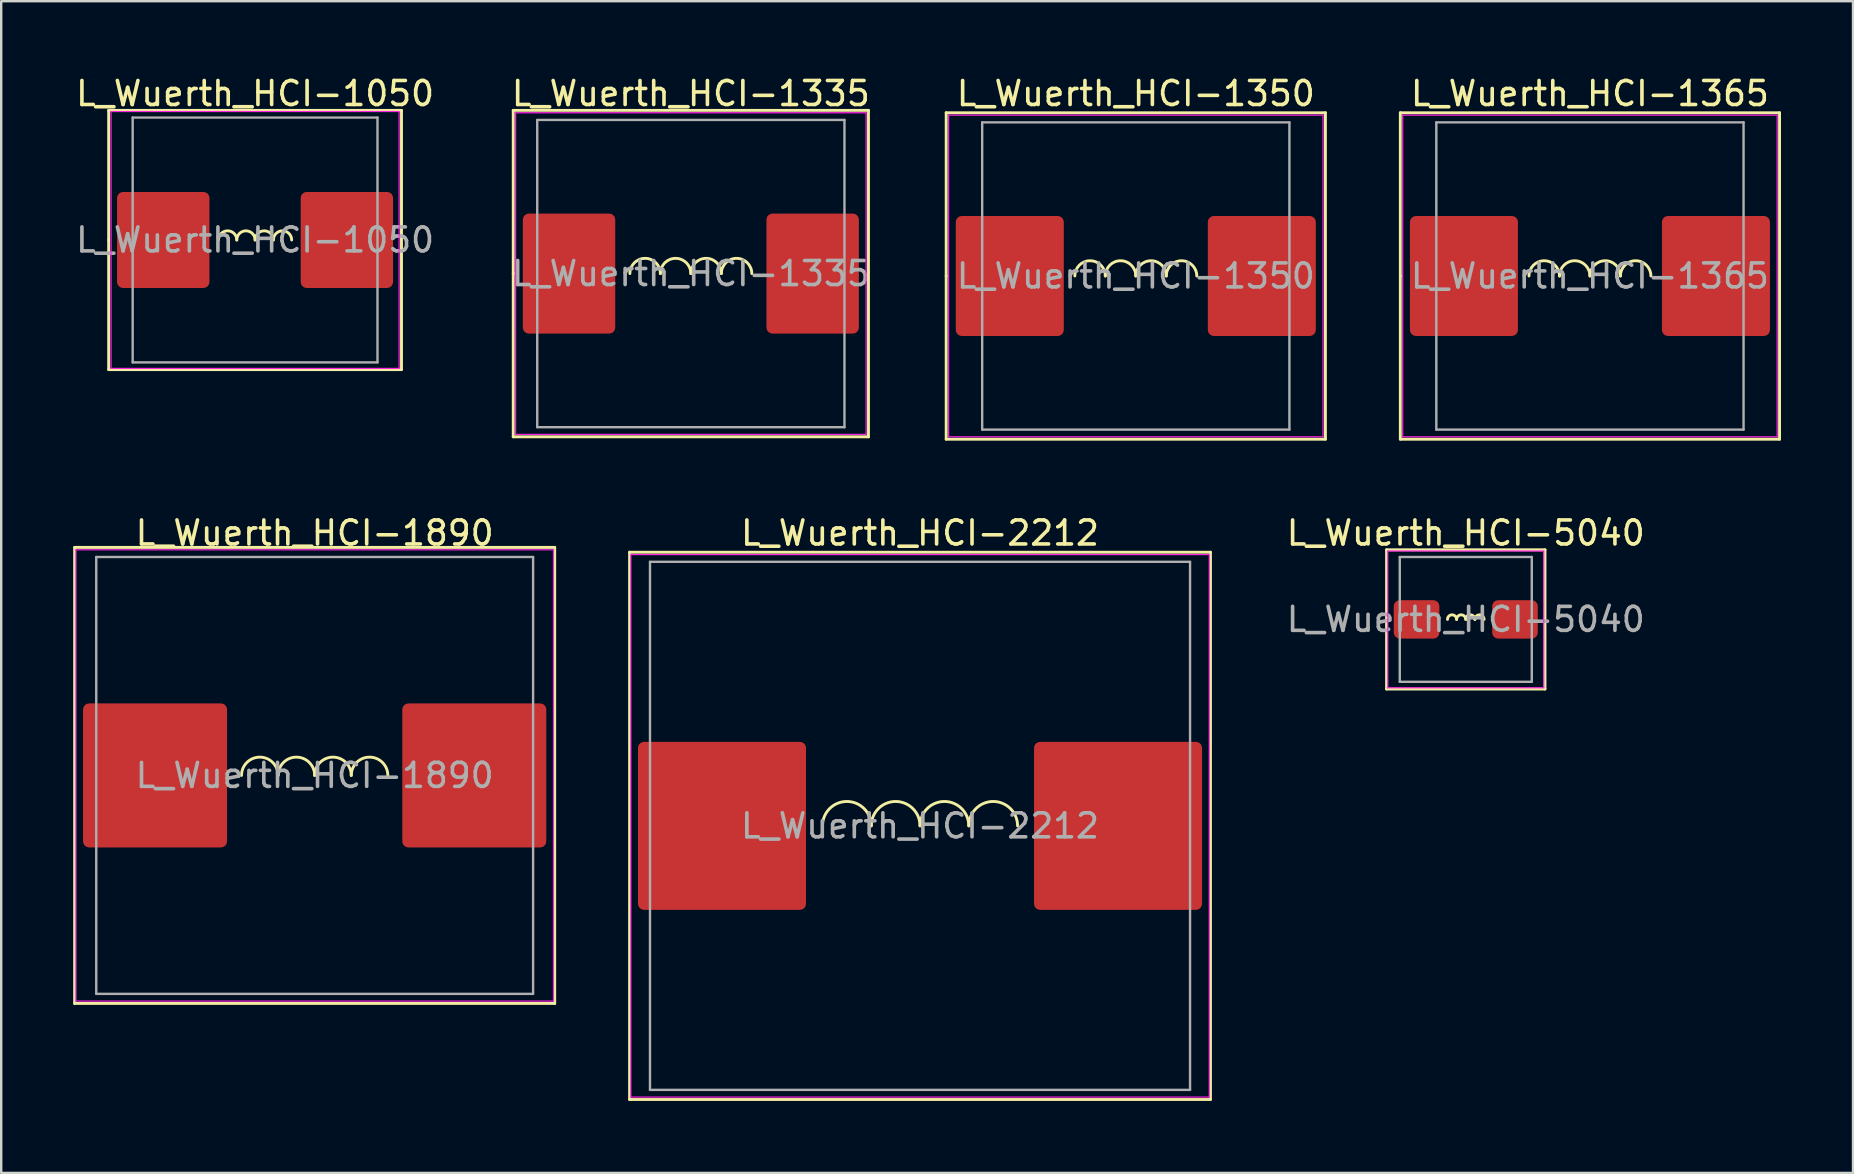
<source format=kicad_pcb>
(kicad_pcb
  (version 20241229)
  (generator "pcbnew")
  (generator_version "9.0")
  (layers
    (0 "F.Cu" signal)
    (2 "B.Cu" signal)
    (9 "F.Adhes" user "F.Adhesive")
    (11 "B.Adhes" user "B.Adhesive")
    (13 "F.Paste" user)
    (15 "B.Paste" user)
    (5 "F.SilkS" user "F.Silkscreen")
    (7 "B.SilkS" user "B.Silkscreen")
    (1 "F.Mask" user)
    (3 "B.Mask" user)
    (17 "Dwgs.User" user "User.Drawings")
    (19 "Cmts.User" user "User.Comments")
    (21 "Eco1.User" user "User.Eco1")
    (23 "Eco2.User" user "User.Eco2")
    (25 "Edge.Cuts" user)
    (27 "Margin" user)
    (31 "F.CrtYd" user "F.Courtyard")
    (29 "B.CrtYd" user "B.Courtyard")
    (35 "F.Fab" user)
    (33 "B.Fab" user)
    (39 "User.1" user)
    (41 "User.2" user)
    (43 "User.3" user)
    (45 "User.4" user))
  (footprint "L_Wuerth_HCI-1365"
    (layer "F.Cu")
    (at 63.19 8.448)
    (property "Reference" "L_Wuerth_HCI-1365" (at 0 -7.6 0) (layer "F.SilkS") (effects (font (size 1 1) (thickness 0.15))))
    (attr smd)
    (fp_line (start -7.9 -6.8) (end 7.9 -6.8) (stroke (width 0.12) (type solid)) (layer "F.SilkS"))
    (fp_line (start -7.9 0) (end -7.9 -6.8) (stroke (width 0.12) (type solid)) (layer "F.SilkS"))
    (fp_line (start -7.9 6.8) (end -7.9 0) (stroke (width 0.12) (type solid)) (layer "F.SilkS"))
    (fp_line (start 7.9 -6.8) (end 7.9 6.8) (stroke (width 0.12) (type solid)) (layer "F.SilkS"))
    (fp_line (start 7.9 6.8) (end -7.9 6.8) (stroke (width 0.12) (type solid)) (layer "F.SilkS"))
    (fp_arc (start -2.54 0) (mid -1.905 -0.635) (end -1.27 0) (stroke (width 0.12) (type solid)) (layer "F.SilkS"))
    (fp_arc (start -1.27 0) (mid -0.635 -0.635) (end 0 0) (stroke (width 0.12) (type solid)) (layer "F.SilkS"))
    (fp_arc (start 0 0) (mid 0.635 -0.635) (end 1.27 0) (stroke (width 0.12) (type solid)) (layer "F.SilkS"))
    (fp_arc (start 1.27 0) (mid 1.905 -0.635) (end 2.54 0) (stroke (width 0.12) (type solid)) (layer "F.SilkS"))
    (fp_line (start -7.8 -6.7) (end -7.8 6.7) (stroke (width 0.05) (type solid)) (layer "F.CrtYd"))
    (fp_line (start -7.8 6.7) (end 7.8 6.7) (stroke (width 0.05) (type solid)) (layer "F.CrtYd"))
    (fp_line (start 7.8 -6.7) (end -7.8 -6.7) (stroke (width 0.05) (type solid)) (layer "F.CrtYd"))
    (fp_line (start 7.8 6.7) (end 7.8 -6.7) (stroke (width 0.05) (type solid)) (layer "F.CrtYd"))
    (fp_line (start -6.4 -6.4) (end -6.4 6.4) (stroke (width 0.1) (type solid)) (layer "F.Fab"))
    (fp_line (start -6.4 6.4) (end 6.4 6.4) (stroke (width 0.1) (type solid)) (layer "F.Fab"))
    (fp_line (start 6.4 -6.4) (end -6.4 -6.4) (stroke (width 0.1) (type solid)) (layer "F.Fab"))
    (fp_line (start 6.4 6.4) (end 6.4 -6.4) (stroke (width 0.1) (type solid)) (layer "F.Fab"))
    (fp_text user "${REFERENCE}" (at 0 0 0) (layer "F.Fab") (effects (font (size 1 1) (thickness 0.15))))
    (pad "1" smd roundrect (at -5.25 0) (size 4.5 5) (layers "F.Cu" "F.Mask" "F.Paste") (roundrect_rratio 0.056))
    (pad "2" smd roundrect (at 5.25 0) (size 4.5 5) (layers "F.Cu" "F.Mask" "F.Paste") (roundrect_rratio 0.056)))
  (footprint "L_Wuerth_HCI-1050"
    (layer "F.Cu")
    (at 7.577 6.948)
    (property "Reference" "L_Wuerth_HCI-1050" (at 0 -6.1 0) (layer "F.SilkS") (effects (font (size 1 1) (thickness 0.15))))
    (attr smd)
    (fp_line (start -6.1 -5.4) (end 6 -5.4) (stroke (width 0.12) (type solid)) (layer "F.SilkS"))
    (fp_line (start -6.1 0) (end -6.1 -5.4) (stroke (width 0.12) (type solid)) (layer "F.SilkS"))
    (fp_line (start -6.1 5.4) (end -6.1 0) (stroke (width 0.12) (type solid)) (layer "F.SilkS"))
    (fp_line (start 6 -5.4) (end 6.1 -5.4) (stroke (width 0.12) (type solid)) (layer "F.SilkS"))
    (fp_line (start 6.1 -5.4) (end 6.1 5.4) (stroke (width 0.12) (type solid)) (layer "F.SilkS"))
    (fp_line (start 6.1 5.4) (end -6.1 5.4) (stroke (width 0.12) (type solid)) (layer "F.SilkS"))
    (fp_arc (start -1.524 0) (mid -1.143 -0.381) (end -0.762 0) (stroke (width 0.12) (type solid)) (layer "F.SilkS"))
    (fp_arc (start -0.762 0) (mid -0.381 -0.381) (end 0 0) (stroke (width 0.12) (type solid)) (layer "F.SilkS"))
    (fp_arc (start 0 0) (mid 0.381 -0.381) (end 0.762 0) (stroke (width 0.12) (type solid)) (layer "F.SilkS"))
    (fp_arc (start 0.762 0) (mid 1.143 -0.381) (end 1.524 0) (stroke (width 0.12) (type solid)) (layer "F.SilkS"))
    (fp_line (start -6 -5.35) (end -6 5.35) (stroke (width 0.05) (type solid)) (layer "F.CrtYd"))
    (fp_line (start -6 5.35) (end 6 5.35) (stroke (width 0.05) (type solid)) (layer "F.CrtYd"))
    (fp_line (start 6 -5.35) (end -6 -5.35) (stroke (width 0.05) (type solid)) (layer "F.CrtYd"))
    (fp_line (start 6 5.35) (end 6 -5.35) (stroke (width 0.05) (type solid)) (layer "F.CrtYd"))
    (fp_line (start -5.1 -5.1) (end -5.1 5.1) (stroke (width 0.1) (type solid)) (layer "F.Fab"))
    (fp_line (start -5.1 5.1) (end 5.1 5.1) (stroke (width 0.1) (type solid)) (layer "F.Fab"))
    (fp_line (start 5.1 -5.1) (end -5.1 -5.1) (stroke (width 0.1) (type solid)) (layer "F.Fab"))
    (fp_line (start 5.1 5.1) (end 5.1 -5.1) (stroke (width 0.1) (type solid)) (layer "F.Fab"))
    (fp_text user "${REFERENCE}" (at 0 0 0) (layer "F.Fab") (effects (font (size 1 1) (thickness 0.15))))
    (pad "1" smd roundrect (at -3.825 0) (size 3.85 4) (layers "F.Cu" "F.Mask" "F.Paste") (roundrect_rratio 0.065))
    (pad "2" smd roundrect (at 3.825 0) (size 3.85 4) (layers "F.Cu" "F.Mask" "F.Paste") (roundrect_rratio 0.065)))
  (footprint "L_Wuerth_HCI-2212"
    (layer "F.Cu")
    (at 35.28 31.357)
    (property "Reference" "L_Wuerth_HCI-2212" (at 0 -12.2 0) (layer "F.SilkS") (effects (font (size 1 1) (thickness 0.15))))
    (attr smd)
    (fp_line (start -12.1 -11.4) (end -12.1 11.4) (stroke (width 0.12) (type solid)) (layer "F.SilkS"))
    (fp_line (start -12.1 11.4) (end 12.1 11.4) (stroke (width 0.12) (type solid)) (layer "F.SilkS"))
    (fp_line (start 12.1 -11.4) (end -12.1 -11.4) (stroke (width 0.12) (type solid)) (layer "F.SilkS"))
    (fp_line (start 12.1 11.4) (end 12.1 -11.4) (stroke (width 0.12) (type solid)) (layer "F.SilkS"))
    (fp_arc (start -4.064 0) (mid -3.048 -1.016) (end -2.032 0) (stroke (width 0.12) (type solid)) (layer "F.SilkS"))
    (fp_arc (start -2.032 0) (mid -1.016 -1.016) (end 0 0) (stroke (width 0.12) (type solid)) (layer "F.SilkS"))
    (fp_arc (start 0 0) (mid 1.016 -1.016) (end 2.032 0) (stroke (width 0.12) (type solid)) (layer "F.SilkS"))
    (fp_arc (start 2.032 0) (mid 3.048 -1.016) (end 4.064 0) (stroke (width 0.12) (type solid)) (layer "F.SilkS"))
    (fp_line (start -12.05 -11.3) (end -12.05 11.3) (stroke (width 0.05) (type solid)) (layer "F.CrtYd"))
    (fp_line (start -12.05 11.3) (end 12.05 11.3) (stroke (width 0.05) (type solid)) (layer "F.CrtYd"))
    (fp_line (start 12.05 -11.3) (end -12.05 -11.3) (stroke (width 0.05) (type solid)) (layer "F.CrtYd"))
    (fp_line (start 12.05 11.3) (end 12.05 -11.3) (stroke (width 0.05) (type solid)) (layer "F.CrtYd"))
    (fp_line (start -11.25 -11) (end -11.25 11) (stroke (width 0.1) (type solid)) (layer "F.Fab"))
    (fp_line (start -11.25 11) (end 11.25 11) (stroke (width 0.1) (type solid)) (layer "F.Fab"))
    (fp_line (start 11.25 -11) (end -11.25 -11) (stroke (width 0.1) (type solid)) (layer "F.Fab"))
    (fp_line (start 11.25 11) (end 11.25 -11) (stroke (width 0.1) (type solid)) (layer "F.Fab"))
    (fp_text user "${REFERENCE}" (at 0 0 0) (layer "F.Fab") (effects (font (size 1 1) (thickness 0.15))))
    (pad "1" smd roundrect (at -8.25 0) (size 7 7) (layers "F.Cu" "F.Mask" "F.Paste") (roundrect_rratio 0.036))
    (pad "2" smd roundrect (at 8.25 0) (size 7 7) (layers "F.Cu" "F.Mask" "F.Paste") (roundrect_rratio 0.036)))
  (footprint "L_Wuerth_HCI-1890"
    (layer "F.Cu")
    (at 10.06 29.256)
    (property "Reference" "L_Wuerth_HCI-1890" (at 0 -10.1 0) (layer "F.SilkS") (effects (font (size 1 1) (thickness 0.15))))
    (attr smd)
    (fp_line (start -10 -9.5) (end -10 9.5) (stroke (width 0.12) (type solid)) (layer "F.SilkS"))
    (fp_line (start -10 9.5) (end 10 9.5) (stroke (width 0.12) (type solid)) (layer "F.SilkS"))
    (fp_line (start 10 -9.5) (end -10 -9.5) (stroke (width 0.12) (type solid)) (layer "F.SilkS"))
    (fp_line (start 10 9.5) (end 10 -9.5) (stroke (width 0.12) (type solid)) (layer "F.SilkS"))
    (fp_arc (start -3.048 0) (mid -2.286 -0.762) (end -1.524 0) (stroke (width 0.12) (type solid)) (layer "F.SilkS"))
    (fp_arc (start -1.524 0) (mid -0.762 -0.762) (end 0 0) (stroke (width 0.12) (type solid)) (layer "F.SilkS"))
    (fp_arc (start 0 0) (mid 0.762 -0.762) (end 1.524 0) (stroke (width 0.12) (type solid)) (layer "F.SilkS"))
    (fp_arc (start 1.524 0) (mid 2.286 -0.762) (end 3.048 0) (stroke (width 0.12) (type solid)) (layer "F.SilkS"))
    (fp_line (start -9.95 -9.4) (end -9.95 9.4) (stroke (width 0.05) (type solid)) (layer "F.CrtYd"))
    (fp_line (start -9.95 9.4) (end 9.95 9.4) (stroke (width 0.05) (type solid)) (layer "F.CrtYd"))
    (fp_line (start 9.95 -9.4) (end -9.95 -9.4) (stroke (width 0.05) (type solid)) (layer "F.CrtYd"))
    (fp_line (start 9.95 9.4) (end 9.95 -9.4) (stroke (width 0.05) (type solid)) (layer "F.CrtYd"))
    (fp_line (start -9.1 -9.1) (end -9.1 9.1) (stroke (width 0.1) (type solid)) (layer "F.Fab"))
    (fp_line (start -9.1 9.1) (end 9.1 9.1) (stroke (width 0.1) (type solid)) (layer "F.Fab"))
    (fp_line (start 9.1 -9.1) (end -9.1 -9.1) (stroke (width 0.1) (type solid)) (layer "F.Fab"))
    (fp_line (start 9.1 9.1) (end 9.1 -9.1) (stroke (width 0.1) (type solid)) (layer "F.Fab"))
    (fp_text user "${REFERENCE}" (at 0 0 0) (layer "F.Fab") (effects (font (size 1 1) (thickness 0.15))))
    (pad "1" smd roundrect (at -6.65 0) (size 6 6) (layers "F.Cu" "F.Mask" "F.Paste") (roundrect_rratio 0.042))
    (pad "2" smd roundrect (at 6.65 0) (size 6 6) (layers "F.Cu" "F.Mask" "F.Paste") (roundrect_rratio 0.042)))
  (footprint "L_Wuerth_HCI-1350"
    (layer "F.Cu")
    (at 44.27 8.448)
    (property "Reference" "L_Wuerth_HCI-1350" (at 0 -7.6 0) (layer "F.SilkS") (effects (font (size 1 1) (thickness 0.15))))
    (attr smd)
    (fp_line (start -7.9 -6.8) (end 7.9 -6.8) (stroke (width 0.12) (type solid)) (layer "F.SilkS"))
    (fp_line (start -7.9 0) (end -7.9 -6.8) (stroke (width 0.12) (type solid)) (layer "F.SilkS"))
    (fp_line (start -7.9 6.8) (end -7.9 0) (stroke (width 0.12) (type solid)) (layer "F.SilkS"))
    (fp_line (start 7.9 -6.8) (end 7.9 6.8) (stroke (width 0.12) (type solid)) (layer "F.SilkS"))
    (fp_line (start 7.9 6.8) (end -7.9 6.8) (stroke (width 0.12) (type solid)) (layer "F.SilkS"))
    (fp_arc (start -2.54 0) (mid -1.905 -0.635) (end -1.27 0) (stroke (width 0.12) (type solid)) (layer "F.SilkS"))
    (fp_arc (start -1.27 0) (mid -0.635 -0.635) (end 0 0) (stroke (width 0.12) (type solid)) (layer "F.SilkS"))
    (fp_arc (start 0 0) (mid 0.635 -0.635) (end 1.27 0) (stroke (width 0.12) (type solid)) (layer "F.SilkS"))
    (fp_arc (start 1.27 0) (mid 1.905 -0.635) (end 2.54 0) (stroke (width 0.12) (type solid)) (layer "F.SilkS"))
    (fp_line (start -7.8 -6.7) (end -7.8 6.7) (stroke (width 0.05) (type solid)) (layer "F.CrtYd"))
    (fp_line (start -7.8 6.7) (end 7.8 6.7) (stroke (width 0.05) (type solid)) (layer "F.CrtYd"))
    (fp_line (start 7.8 -6.7) (end -7.8 -6.7) (stroke (width 0.05) (type solid)) (layer "F.CrtYd"))
    (fp_line (start 7.8 6.7) (end 7.8 -6.7) (stroke (width 0.05) (type solid)) (layer "F.CrtYd"))
    (fp_line (start -6.4 -6.4) (end -6.4 6.4) (stroke (width 0.1) (type solid)) (layer "F.Fab"))
    (fp_line (start -6.4 6.4) (end 6.4 6.4) (stroke (width 0.1) (type solid)) (layer "F.Fab"))
    (fp_line (start 6.4 -6.4) (end -6.4 -6.4) (stroke (width 0.1) (type solid)) (layer "F.Fab"))
    (fp_line (start 6.4 6.4) (end 6.4 -6.4) (stroke (width 0.1) (type solid)) (layer "F.Fab"))
    (fp_text user "${REFERENCE}" (at 0 0 0) (layer "F.Fab") (effects (font (size 1 1) (thickness 0.15))))
    (pad "1" smd roundrect (at -5.25 0) (size 4.5 5) (layers "F.Cu" "F.Mask" "F.Paste") (roundrect_rratio 0.056))
    (pad "2" smd roundrect (at 5.25 0) (size 4.5 5) (layers "F.Cu" "F.Mask" "F.Paste") (roundrect_rratio 0.056)))
  (footprint "L_Wuerth_HCI-1335"
    (layer "F.Cu")
    (at 25.732 8.348)
    (property "Reference" "L_Wuerth_HCI-1335" (at 0 -7.5 0) (layer "F.SilkS") (effects (font (size 1 1) (thickness 0.15))))
    (attr smd)
    (fp_line (start -7.4 -6.8) (end 7.4 -6.8) (stroke (width 0.12) (type solid)) (layer "F.SilkS"))
    (fp_line (start -7.4 0) (end -7.4 -6.8) (stroke (width 0.12) (type solid)) (layer "F.SilkS"))
    (fp_line (start -7.4 6.8) (end -7.4 0) (stroke (width 0.12) (type solid)) (layer "F.SilkS"))
    (fp_line (start 7.4 -6.8) (end 7.4 6.8) (stroke (width 0.12) (type solid)) (layer "F.SilkS"))
    (fp_line (start 7.4 6.8) (end -7.4 6.8) (stroke (width 0.12) (type solid)) (layer "F.SilkS"))
    (fp_arc (start -2.54 0) (mid -1.905 -0.635) (end -1.27 0) (stroke (width 0.12) (type solid)) (layer "F.SilkS"))
    (fp_arc (start -1.27 0) (mid -0.635 -0.635) (end 0 0) (stroke (width 0.12) (type solid)) (layer "F.SilkS"))
    (fp_arc (start 0 0) (mid 0.635 -0.635) (end 1.27 0) (stroke (width 0.12) (type solid)) (layer "F.SilkS"))
    (fp_arc (start 1.27 0) (mid 1.905 -0.635) (end 2.54 0) (stroke (width 0.12) (type solid)) (layer "F.SilkS"))
    (fp_line (start -7.3 -6.7) (end -7.3 6.7) (stroke (width 0.05) (type solid)) (layer "F.CrtYd"))
    (fp_line (start -7.3 6.7) (end 7.3 6.7) (stroke (width 0.05) (type solid)) (layer "F.CrtYd"))
    (fp_line (start 7.3 -6.7) (end -7.3 -6.7) (stroke (width 0.05) (type solid)) (layer "F.CrtYd"))
    (fp_line (start 7.3 6.7) (end 7.3 -6.7) (stroke (width 0.05) (type solid)) (layer "F.CrtYd"))
    (fp_line (start -6.4 -6.4) (end -6.4 6.4) (stroke (width 0.1) (type solid)) (layer "F.Fab"))
    (fp_line (start -6.4 6.4) (end 6.4 6.4) (stroke (width 0.1) (type solid)) (layer "F.Fab"))
    (fp_line (start 6.4 -6.4) (end -6.4 -6.4) (stroke (width 0.1) (type solid)) (layer "F.Fab"))
    (fp_line (start 6.4 6.4) (end 6.4 -6.4) (stroke (width 0.1) (type solid)) (layer "F.Fab"))
    (fp_text user "${REFERENCE}" (at 0 0 0) (layer "F.Fab") (effects (font (size 1 1) (thickness 0.15))))
    (pad "1" smd roundrect (at -5.075 0) (size 3.85 5) (layers "F.Cu" "F.Mask" "F.Paste") (roundrect_rratio 0.065))
    (pad "2" smd roundrect (at 5.075 0) (size 3.85 5) (layers "F.Cu" "F.Mask" "F.Paste") (roundrect_rratio 0.065)))
  (footprint "L_Wuerth_HCI-5040"
    (layer "F.Cu")
    (at 58.017 22.756)
    (property "Reference" "L_Wuerth_HCI-5040" (at 0 -3.6 0) (layer "F.SilkS") (effects (font (size 1 1) (thickness 0.15))))
    (attr smd)
    (fp_line (start -3.3 -2.9) (end -3.3 2.9) (stroke (width 0.12) (type solid)) (layer "F.SilkS"))
    (fp_line (start -3.3 2.9) (end 3.3 2.9) (stroke (width 0.12) (type solid)) (layer "F.SilkS"))
    (fp_line (start 3.3 -2.9) (end -3.3 -2.9) (stroke (width 0.12) (type solid)) (layer "F.SilkS"))
    (fp_line (start 3.3 2.9) (end 3.3 -2.9) (stroke (width 0.12) (type solid)) (layer "F.SilkS"))
    (fp_arc (start -0.762 0) (mid -0.5715 -0.1905) (end -0.381 0) (stroke (width 0.12) (type solid)) (layer "F.SilkS"))
    (fp_arc (start -0.381 0) (mid -0.1905 -0.1905) (end 0 0) (stroke (width 0.12) (type solid)) (layer "F.SilkS"))
    (fp_arc (start 0 0) (mid 0.1905 -0.1905) (end 0.381 0) (stroke (width 0.12) (type solid)) (layer "F.SilkS"))
    (fp_arc (start 0.381 0) (mid 0.5715 -0.1905) (end 0.762 0) (stroke (width 0.12) (type solid)) (layer "F.SilkS"))
    (fp_line (start -3.25 -2.85) (end -3.25 2.85) (stroke (width 0.05) (type solid)) (layer "F.CrtYd"))
    (fp_line (start -3.25 2.85) (end 3.25 2.85) (stroke (width 0.05) (type solid)) (layer "F.CrtYd"))
    (fp_line (start 3.25 -2.85) (end -3.25 -2.85) (stroke (width 0.05) (type solid)) (layer "F.CrtYd"))
    (fp_line (start 3.25 2.85) (end 3.25 -2.85) (stroke (width 0.05) (type solid)) (layer "F.CrtYd"))
    (fp_line (start -2.75 -2.6) (end -2.75 2.6) (stroke (width 0.1) (type solid)) (layer "F.Fab"))
    (fp_line (start -2.75 2.6) (end 2.75 2.6) (stroke (width 0.1) (type solid)) (layer "F.Fab"))
    (fp_line (start 2.75 -2.6) (end -2.75 -2.6) (stroke (width 0.1) (type solid)) (layer "F.Fab"))
    (fp_line (start 2.75 2.6) (end 2.75 -2.6) (stroke (width 0.1) (type solid)) (layer "F.Fab"))
    (fp_text user "${REFERENCE}" (at 0 0 0) (layer "F.Fab") (effects (font (size 1 1) (thickness 0.15))))
    (pad "1" smd roundrect (at -2.05 0) (size 1.9 1.6) (layers "F.Cu" "F.Mask" "F.Paste") (roundrect_rratio 0.156))
    (pad "2" smd roundrect (at 2.05 0) (size 1.9 1.6) (layers "F.Cu" "F.Mask" "F.Paste") (roundrect_rratio 0.156)))
  (gr_rect
    (start -3 -3)
    (end 74.15 45.816)
    (stroke (width 0.1) (type default))
    (fill no)
    (layer "Edge.Cuts")))
</source>
